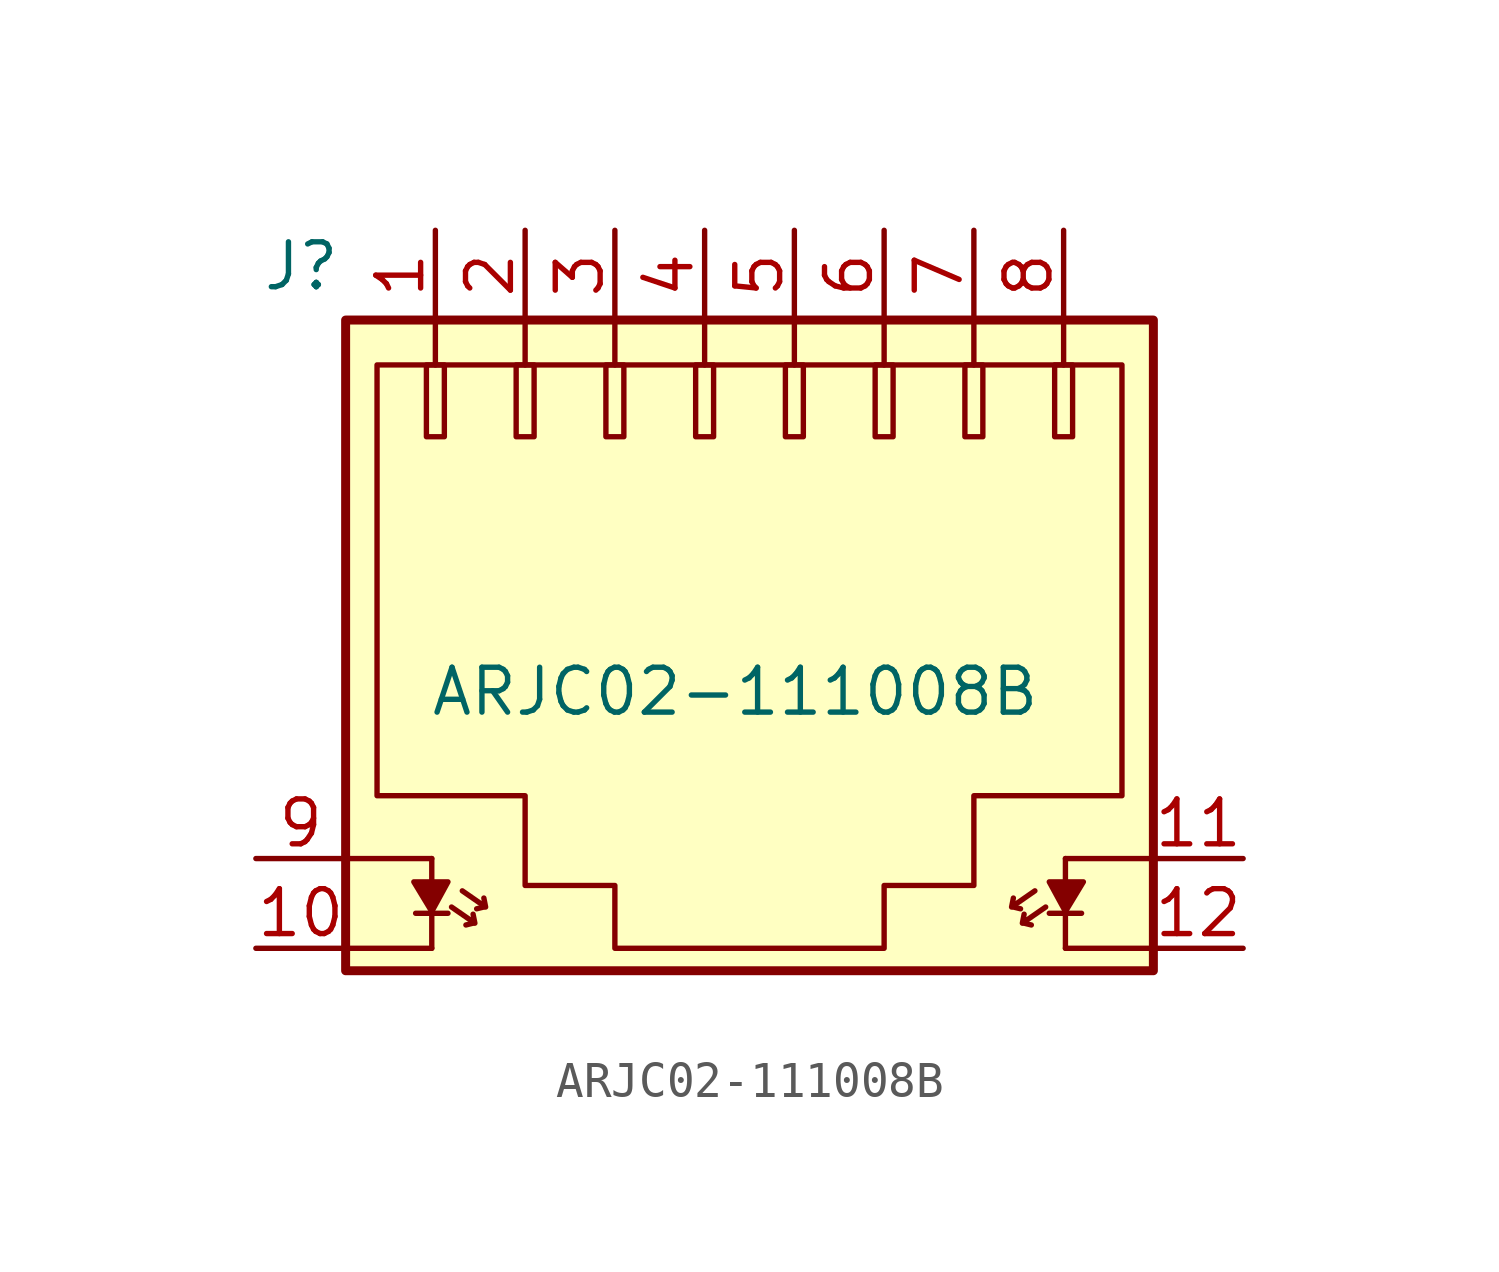
<source format=kicad_sym>
(kicad_symbol_lib
  (version 20201005)
  (generator kicad_symbol_editor)
  (symbol "ARJC02-111008B"
    (pin_names
      (offset 0.025))
    (property "Reference" "J"
      (at -10.287 9.144 0)
      (effects (font (size 1.27 1.27)) (justify right)))
    (property "Value" "ARJC02-111008B"
      (at 0.864 -2.896 0)
      (effects (font (size 1.27 1.27))))
    (symbol "ARJC02-111008B_0_1"
      (rectangle (start -10.16 7.62) (end 12.7 -10.795) (stroke (width 0.254)) (fill (type background)))
      (rectangle (start -7.874 6.35) (end -7.366 4.318) (stroke (width 0)) (fill (type none)))
      (rectangle (start -5.334 6.35) (end -4.826 4.318) (stroke (width 0)) (fill (type none)))
      (rectangle (start -2.794 6.35) (end -2.286 4.318) (stroke (width 0)) (fill (type none)))
      (rectangle (start -0.254 6.35) (end 0.254 4.318) (stroke (width 0)) (fill (type none)))
      (rectangle (start 2.286 6.35) (end 2.794 4.318) (stroke (width 0)) (fill (type none)))
      (rectangle (start 4.826 6.35) (end 5.334 4.318) (stroke (width 0)) (fill (type none)))
      (rectangle (start 7.366 6.35) (end 7.874 4.318) (stroke (width 0)) (fill (type none)))
      (rectangle (start 9.906 6.35) (end 10.414 4.318) (stroke (width 0)) (fill (type none)))
      (polyline (pts (xy -10.16 -10.16) (xy -7.722 -10.16)) (stroke (width 0)) (fill (type none)))
      (polyline (pts (xy -10.16 -7.62) (xy -7.722 -7.62)) (stroke (width 0)) (fill (type none)))
      (polyline (pts (xy -8.179 -9.169) (xy -7.264 -9.169)) (stroke (width 0)) (fill (type none)))
      (polyline (pts (xy -7.722 -9.22) (xy -7.722 -10.16)) (stroke (width 0)) (fill (type none)))
      (polyline (pts (xy -7.722 -8.28) (xy -7.722 -7.62)) (stroke (width 0)) (fill (type none)))
      (polyline (pts (xy -7.62 7.62) (xy -7.62 6.35)) (stroke (width 0)) (fill (type none)))
      (polyline (pts (xy -6.553 -9.449) (xy -6.756 -9.5)) (stroke (width 0)) (fill (type none)))
      (polyline (pts (xy -6.248 -8.992) (xy -6.452 -9.042)) (stroke (width 0)) (fill (type none)))
      (polyline (pts (xy -5.08 7.62) (xy -5.08 6.35)) (stroke (width 0)) (fill (type none)))
      (polyline (pts (xy -2.54 7.62) (xy -2.54 6.35)) (stroke (width 0)) (fill (type none)))
      (polyline (pts (xy 0 7.62) (xy 0 6.35)) (stroke (width 0)) (fill (type none)))
      (polyline (pts (xy 2.54 7.62) (xy 2.54 6.35)) (stroke (width 0)) (fill (type none)))
      (polyline (pts (xy 5.08 7.62) (xy 5.08 6.35)) (stroke (width 0)) (fill (type none)))
      (polyline (pts (xy 7.62 7.62) (xy 7.62 6.35)) (stroke (width 0)) (fill (type none)))
      (polyline (pts (xy 8.738 -8.992) (xy 8.941 -9.042)) (stroke (width 0)) (fill (type none)))
      (polyline (pts (xy 9.042 -9.449) (xy 9.246 -9.5)) (stroke (width 0)) (fill (type none)))
      (polyline (pts (xy 10.16 7.62) (xy 10.16 6.35)) (stroke (width 0)) (fill (type none)))
      (polyline (pts (xy 10.211 -9.22) (xy 10.211 -10.16)) (stroke (width 0)) (fill (type none)))
      (polyline (pts (xy 10.211 -8.28) (xy 10.211 -7.62)) (stroke (width 0)) (fill (type none)))
      (polyline (pts (xy 10.668 -9.169) (xy 9.754 -9.169)) (stroke (width 0)) (fill (type none)))
      (polyline (pts (xy 12.649 -10.16) (xy 10.211 -10.16)) (stroke (width 0)) (fill (type none)))
      (polyline (pts (xy 12.649 -7.62) (xy 10.211 -7.62)) (stroke (width 0)) (fill (type none)))
      (polyline (pts (xy -7.163 -8.992) (xy -6.502 -9.449) (xy -6.553 -9.195)) (stroke (width 0)) (fill (type none)))
      (polyline (pts (xy -6.858 -8.534) (xy -6.198 -8.992) (xy -6.248 -8.738)) (stroke (width 0)) (fill (type none)))
      (polyline (pts (xy 9.347 -8.534) (xy 8.687 -8.992) (xy 8.738 -8.738)) (stroke (width 0)) (fill (type none)))
      (polyline (pts (xy 9.652 -8.992) (xy 8.992 -9.449) (xy 9.042 -9.195)) (stroke (width 0)) (fill (type none)))
      (polyline (pts (xy -8.23 -8.28) (xy -7.264 -8.28) (xy -7.722 -9.119) (xy -8.23 -8.28)) (stroke (width 0)) (fill (type outline)))
      (polyline (pts (xy 10.719 -8.28) (xy 9.754 -8.28) (xy 10.211 -9.119) (xy 10.719 -8.28)) (stroke (width 0)) (fill (type outline)))
      (polyline (pts (xy -9.271 6.35) (xy 11.811 6.35) (xy 11.811 -5.842) (xy 7.62 -5.842) (xy 7.62 -8.382) (xy 5.08 -8.382) (xy 5.08 -10.16) (xy -2.54 -10.16) (xy -2.54 -8.382) (xy -5.08 -8.382) (xy -5.08 -5.842) (xy -9.271 -5.842) (xy -9.271 6.35)) (stroke (width 0)) (fill (type none))))
    (symbol "ARJC02-111008B_1_1"
      (pin passive line (at -7.62 10.16 270) (length 2.54) (name "~" (effects (font (size 1.27 1.27)))) (number "1" (effects (font (size 1.27 1.27)))))
      (pin passive line (at -5.08 10.16 270) (length 2.54) (name "~" (effects (font (size 1.27 1.27)))) (number "2" (effects (font (size 1.27 1.27)))))
      (pin passive line (at -2.54 10.16 270) (length 2.54) (name "~" (effects (font (size 1.27 1.27)))) (number "3" (effects (font (size 1.27 1.27)))))
      (pin passive line (at 0 10.16 270) (length 2.54) (name "~" (effects (font (size 1.27 1.27)))) (number "4" (effects (font (size 1.27 1.27)))))
      (pin passive line (at 2.54 10.16 270) (length 2.54) (name "~" (effects (font (size 1.27 1.27)))) (number "5" (effects (font (size 1.27 1.27)))))
      (pin passive line (at 5.08 10.16 270) (length 2.54) (name "~" (effects (font (size 1.27 1.27)))) (number "6" (effects (font (size 1.27 1.27)))))
      (pin passive line (at 7.62 10.16 270) (length 2.54) (name "~" (effects (font (size 1.27 1.27)))) (number "7" (effects (font (size 1.27 1.27)))))
      (pin passive line (at 10.16 10.16 270) (length 2.54) (name "~" (effects (font (size 1.27 1.27)))) (number "8" (effects (font (size 1.27 1.27)))))
      (pin passive line (at -12.7 -7.62 0) (length 2.54) (name "~" (effects (font (size 1.27 1.27)))) (number "9" (effects (font (size 1.27 1.27)))))
      (pin passive line (at -12.7 -10.16 0) (length 2.54) (name "~" (effects (font (size 1.27 1.27)))) (number "10" (effects (font (size 1.27 1.27)))))
      (pin passive line (at 15.24 -7.62 180) (length 2.54) (name "~" (effects (font (size 1.27 1.27)))) (number "11" (effects (font (size 1.27 1.27)))))
      (pin passive line (at 15.24 -10.16 180) (length 2.54) (name "~" (effects (font (size 1.27 1.27)))) (number "12" (effects (font (size 1.27 1.27))))))))
</source>
